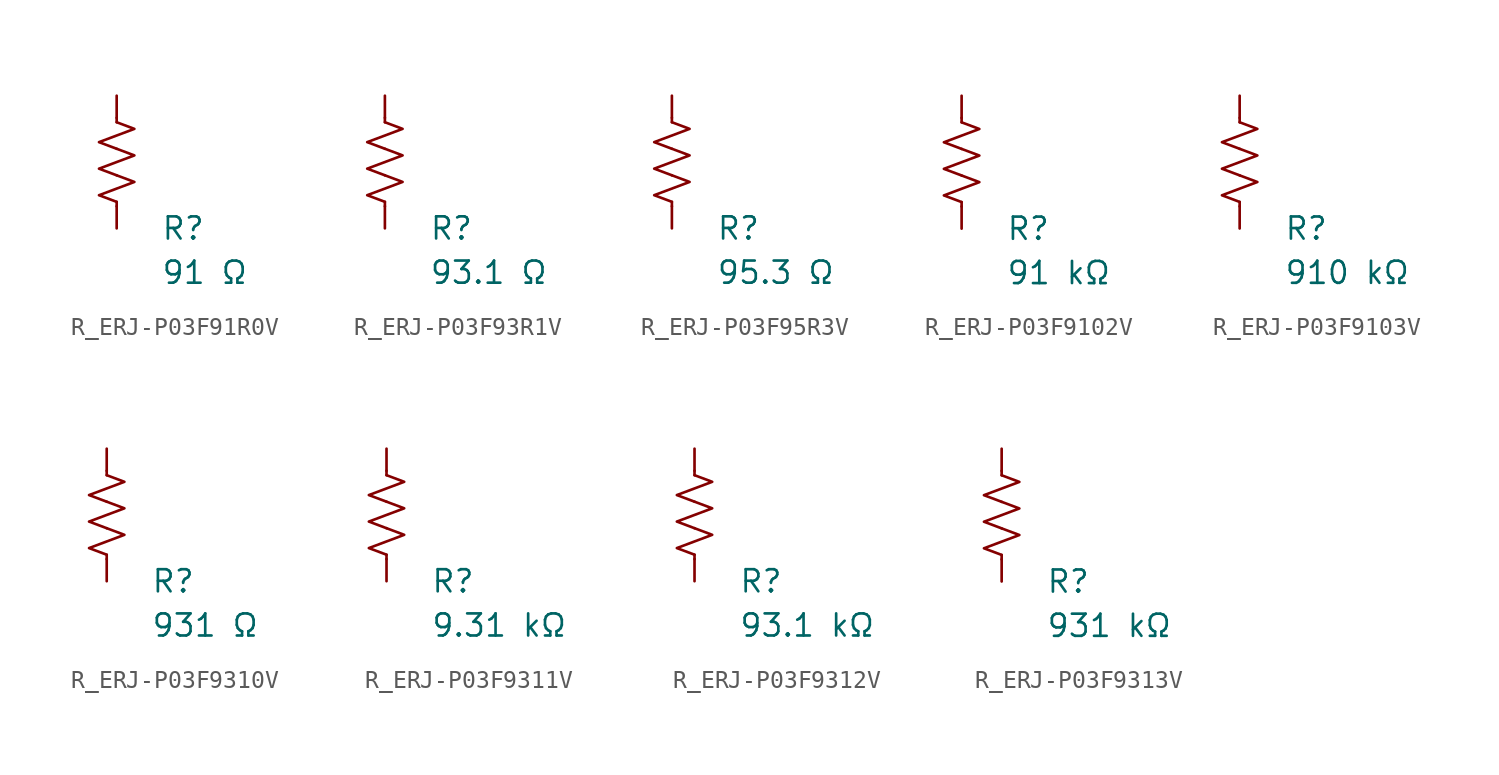
<source format=kicad_sym>
(kicad_symbol_lib
  (version 20231120)
  (generator "kicad_symbol_editor")
  (generator_version "8.0")
  (symbol "R_ERJ-P03F91R0V"
    (pin_numbers hide)
    (pin_names
      (offset 0))
    (property "Reference" "R"
      (at 2.54 -3.81 0)
      (effects (font (size 1.27 1.27)) (justify left))
      (show_name no))
    (property "Value" "91 Ω"
      (at 2.54 -6.35 0)
      (effects (font (size 1.27 1.27)) (justify left))
      (show_name no))
    (symbol "R_ERJ-P03F91R0V_0_1"
      (polyline (pts (xy 0 -2.286) (xy 0 -2.54)) (stroke (width 0) (type default)) (fill (type none)))
      (polyline (pts (xy 0 2.286) (xy 0 2.54)) (stroke (width 0) (type default)) (fill (type none)))
      (polyline (pts (xy 0 -0.762) (xy 1.016 -1.143) (xy 0 -1.524) (xy -1.016 -1.905) (xy 0 -2.286)) (stroke (width 0) (type default)) (fill (type none)))
      (polyline (pts (xy 0 0.762) (xy 1.016 0.381) (xy 0 0) (xy -1.016 -0.381) (xy 0 -0.762)) (stroke (width 0) (type default)) (fill (type none)))
      (polyline (pts (xy 0 2.286) (xy 1.016 1.905) (xy 0 1.524) (xy -1.016 1.143) (xy 0 0.762)) (stroke (width 0) (type default)) (fill (type none))))
    (symbol "R_ERJ-P03F91R0V_1_1"
      (pin passive line (at 0 3.81 270) (length 1.27) (name "~" (effects (font (size 1.27 1.27)))) (number "1" (effects (font (size 1.27 1.27)))))
      (pin passive line (at 0 -3.81 90) (length 1.27) (name "~" (effects (font (size 1.27 1.27)))) (number "2" (effects (font (size 1.27 1.27)))))))
  (symbol "R_ERJ-P03F93R1V"
    (pin_numbers hide)
    (pin_names
      (offset 0))
    (property "Reference" "R"
      (at 2.54 -3.81 0)
      (effects (font (size 1.27 1.27)) (justify left))
      (show_name no))
    (property "Value" "93.1 Ω"
      (at 2.54 -6.35 0)
      (effects (font (size 1.27 1.27)) (justify left))
      (show_name no))
    (symbol "R_ERJ-P03F93R1V_0_1"
      (polyline (pts (xy 0 -2.286) (xy 0 -2.54)) (stroke (width 0) (type default)) (fill (type none)))
      (polyline (pts (xy 0 2.286) (xy 0 2.54)) (stroke (width 0) (type default)) (fill (type none)))
      (polyline (pts (xy 0 -0.762) (xy 1.016 -1.143) (xy 0 -1.524) (xy -1.016 -1.905) (xy 0 -2.286)) (stroke (width 0) (type default)) (fill (type none)))
      (polyline (pts (xy 0 0.762) (xy 1.016 0.381) (xy 0 0) (xy -1.016 -0.381) (xy 0 -0.762)) (stroke (width 0) (type default)) (fill (type none)))
      (polyline (pts (xy 0 2.286) (xy 1.016 1.905) (xy 0 1.524) (xy -1.016 1.143) (xy 0 0.762)) (stroke (width 0) (type default)) (fill (type none))))
    (symbol "R_ERJ-P03F93R1V_1_1"
      (pin passive line (at 0 3.81 270) (length 1.27) (name "~" (effects (font (size 1.27 1.27)))) (number "1" (effects (font (size 1.27 1.27)))))
      (pin passive line (at 0 -3.81 90) (length 1.27) (name "~" (effects (font (size 1.27 1.27)))) (number "2" (effects (font (size 1.27 1.27)))))))
  (symbol "R_ERJ-P03F95R3V"
    (pin_numbers hide)
    (pin_names
      (offset 0))
    (property "Reference" "R"
      (at 2.54 -3.81 0)
      (effects (font (size 1.27 1.27)) (justify left))
      (show_name no))
    (property "Value" "95.3 Ω"
      (at 2.54 -6.35 0)
      (effects (font (size 1.27 1.27)) (justify left))
      (show_name no))
    (symbol "R_ERJ-P03F95R3V_0_1"
      (polyline (pts (xy 0 -2.286) (xy 0 -2.54)) (stroke (width 0) (type default)) (fill (type none)))
      (polyline (pts (xy 0 2.286) (xy 0 2.54)) (stroke (width 0) (type default)) (fill (type none)))
      (polyline (pts (xy 0 -0.762) (xy 1.016 -1.143) (xy 0 -1.524) (xy -1.016 -1.905) (xy 0 -2.286)) (stroke (width 0) (type default)) (fill (type none)))
      (polyline (pts (xy 0 0.762) (xy 1.016 0.381) (xy 0 0) (xy -1.016 -0.381) (xy 0 -0.762)) (stroke (width 0) (type default)) (fill (type none)))
      (polyline (pts (xy 0 2.286) (xy 1.016 1.905) (xy 0 1.524) (xy -1.016 1.143) (xy 0 0.762)) (stroke (width 0) (type default)) (fill (type none))))
    (symbol "R_ERJ-P03F95R3V_1_1"
      (pin passive line (at 0 3.81 270) (length 1.27) (name "~" (effects (font (size 1.27 1.27)))) (number "1" (effects (font (size 1.27 1.27)))))
      (pin passive line (at 0 -3.81 90) (length 1.27) (name "~" (effects (font (size 1.27 1.27)))) (number "2" (effects (font (size 1.27 1.27)))))))
  (symbol "R_ERJ-P03F9102V"
    (pin_numbers hide)
    (pin_names
      (offset 0))
    (property "Reference" "R"
      (at 2.54 -3.81 0)
      (effects (font (size 1.27 1.27)) (justify left))
      (show_name no))
    (property "Value" "91 kΩ"
      (at 2.54 -6.35 0)
      (effects (font (size 1.27 1.27)) (justify left))
      (show_name no))
    (symbol "R_ERJ-P03F9102V_0_1"
      (polyline (pts (xy 0 -2.286) (xy 0 -2.54)) (stroke (width 0) (type default)) (fill (type none)))
      (polyline (pts (xy 0 2.286) (xy 0 2.54)) (stroke (width 0) (type default)) (fill (type none)))
      (polyline (pts (xy 0 -0.762) (xy 1.016 -1.143) (xy 0 -1.524) (xy -1.016 -1.905) (xy 0 -2.286)) (stroke (width 0) (type default)) (fill (type none)))
      (polyline (pts (xy 0 0.762) (xy 1.016 0.381) (xy 0 0) (xy -1.016 -0.381) (xy 0 -0.762)) (stroke (width 0) (type default)) (fill (type none)))
      (polyline (pts (xy 0 2.286) (xy 1.016 1.905) (xy 0 1.524) (xy -1.016 1.143) (xy 0 0.762)) (stroke (width 0) (type default)) (fill (type none))))
    (symbol "R_ERJ-P03F9102V_1_1"
      (pin passive line (at 0 3.81 270) (length 1.27) (name "~" (effects (font (size 1.27 1.27)))) (number "1" (effects (font (size 1.27 1.27)))))
      (pin passive line (at 0 -3.81 90) (length 1.27) (name "~" (effects (font (size 1.27 1.27)))) (number "2" (effects (font (size 1.27 1.27)))))))
  (symbol "R_ERJ-P03F9103V"
    (pin_numbers hide)
    (pin_names
      (offset 0))
    (property "Reference" "R"
      (at 2.54 -3.81 0)
      (effects (font (size 1.27 1.27)) (justify left))
      (show_name no))
    (property "Value" "910 kΩ"
      (at 2.54 -6.35 0)
      (effects (font (size 1.27 1.27)) (justify left))
      (show_name no))
    (symbol "R_ERJ-P03F9103V_0_1"
      (polyline (pts (xy 0 -2.286) (xy 0 -2.54)) (stroke (width 0) (type default)) (fill (type none)))
      (polyline (pts (xy 0 2.286) (xy 0 2.54)) (stroke (width 0) (type default)) (fill (type none)))
      (polyline (pts (xy 0 -0.762) (xy 1.016 -1.143) (xy 0 -1.524) (xy -1.016 -1.905) (xy 0 -2.286)) (stroke (width 0) (type default)) (fill (type none)))
      (polyline (pts (xy 0 0.762) (xy 1.016 0.381) (xy 0 0) (xy -1.016 -0.381) (xy 0 -0.762)) (stroke (width 0) (type default)) (fill (type none)))
      (polyline (pts (xy 0 2.286) (xy 1.016 1.905) (xy 0 1.524) (xy -1.016 1.143) (xy 0 0.762)) (stroke (width 0) (type default)) (fill (type none))))
    (symbol "R_ERJ-P03F9103V_1_1"
      (pin passive line (at 0 3.81 270) (length 1.27) (name "~" (effects (font (size 1.27 1.27)))) (number "1" (effects (font (size 1.27 1.27)))))
      (pin passive line (at 0 -3.81 90) (length 1.27) (name "~" (effects (font (size 1.27 1.27)))) (number "2" (effects (font (size 1.27 1.27)))))))
  (symbol "R_ERJ-P03F9310V"
    (pin_numbers hide)
    (pin_names
      (offset 0))
    (property "Reference" "R"
      (at 2.54 -3.81 0)
      (effects (font (size 1.27 1.27)) (justify left))
      (show_name no))
    (property "Value" "931 Ω"
      (at 2.54 -6.35 0)
      (effects (font (size 1.27 1.27)) (justify left))
      (show_name no))
    (symbol "R_ERJ-P03F9310V_0_1"
      (polyline (pts (xy 0 -2.286) (xy 0 -2.54)) (stroke (width 0) (type default)) (fill (type none)))
      (polyline (pts (xy 0 2.286) (xy 0 2.54)) (stroke (width 0) (type default)) (fill (type none)))
      (polyline (pts (xy 0 -0.762) (xy 1.016 -1.143) (xy 0 -1.524) (xy -1.016 -1.905) (xy 0 -2.286)) (stroke (width 0) (type default)) (fill (type none)))
      (polyline (pts (xy 0 0.762) (xy 1.016 0.381) (xy 0 0) (xy -1.016 -0.381) (xy 0 -0.762)) (stroke (width 0) (type default)) (fill (type none)))
      (polyline (pts (xy 0 2.286) (xy 1.016 1.905) (xy 0 1.524) (xy -1.016 1.143) (xy 0 0.762)) (stroke (width 0) (type default)) (fill (type none))))
    (symbol "R_ERJ-P03F9310V_1_1"
      (pin passive line (at 0 3.81 270) (length 1.27) (name "~" (effects (font (size 1.27 1.27)))) (number "1" (effects (font (size 1.27 1.27)))))
      (pin passive line (at 0 -3.81 90) (length 1.27) (name "~" (effects (font (size 1.27 1.27)))) (number "2" (effects (font (size 1.27 1.27)))))))
  (symbol "R_ERJ-P03F9311V"
    (pin_numbers hide)
    (pin_names
      (offset 0))
    (property "Reference" "R"
      (at 2.54 -3.81 0)
      (effects (font (size 1.27 1.27)) (justify left))
      (show_name no))
    (property "Value" "9.31 kΩ"
      (at 2.54 -6.35 0)
      (effects (font (size 1.27 1.27)) (justify left))
      (show_name no))
    (symbol "R_ERJ-P03F9311V_0_1"
      (polyline (pts (xy 0 -2.286) (xy 0 -2.54)) (stroke (width 0) (type default)) (fill (type none)))
      (polyline (pts (xy 0 2.286) (xy 0 2.54)) (stroke (width 0) (type default)) (fill (type none)))
      (polyline (pts (xy 0 -0.762) (xy 1.016 -1.143) (xy 0 -1.524) (xy -1.016 -1.905) (xy 0 -2.286)) (stroke (width 0) (type default)) (fill (type none)))
      (polyline (pts (xy 0 0.762) (xy 1.016 0.381) (xy 0 0) (xy -1.016 -0.381) (xy 0 -0.762)) (stroke (width 0) (type default)) (fill (type none)))
      (polyline (pts (xy 0 2.286) (xy 1.016 1.905) (xy 0 1.524) (xy -1.016 1.143) (xy 0 0.762)) (stroke (width 0) (type default)) (fill (type none))))
    (symbol "R_ERJ-P03F9311V_1_1"
      (pin passive line (at 0 3.81 270) (length 1.27) (name "~" (effects (font (size 1.27 1.27)))) (number "1" (effects (font (size 1.27 1.27)))))
      (pin passive line (at 0 -3.81 90) (length 1.27) (name "~" (effects (font (size 1.27 1.27)))) (number "2" (effects (font (size 1.27 1.27)))))))
  (symbol "R_ERJ-P03F9312V"
    (pin_numbers hide)
    (pin_names
      (offset 0))
    (property "Reference" "R"
      (at 2.54 -3.81 0)
      (effects (font (size 1.27 1.27)) (justify left))
      (show_name no))
    (property "Value" "93.1 kΩ"
      (at 2.54 -6.35 0)
      (effects (font (size 1.27 1.27)) (justify left))
      (show_name no))
    (symbol "R_ERJ-P03F9312V_0_1"
      (polyline (pts (xy 0 -2.286) (xy 0 -2.54)) (stroke (width 0) (type default)) (fill (type none)))
      (polyline (pts (xy 0 2.286) (xy 0 2.54)) (stroke (width 0) (type default)) (fill (type none)))
      (polyline (pts (xy 0 -0.762) (xy 1.016 -1.143) (xy 0 -1.524) (xy -1.016 -1.905) (xy 0 -2.286)) (stroke (width 0) (type default)) (fill (type none)))
      (polyline (pts (xy 0 0.762) (xy 1.016 0.381) (xy 0 0) (xy -1.016 -0.381) (xy 0 -0.762)) (stroke (width 0) (type default)) (fill (type none)))
      (polyline (pts (xy 0 2.286) (xy 1.016 1.905) (xy 0 1.524) (xy -1.016 1.143) (xy 0 0.762)) (stroke (width 0) (type default)) (fill (type none))))
    (symbol "R_ERJ-P03F9312V_1_1"
      (pin passive line (at 0 3.81 270) (length 1.27) (name "~" (effects (font (size 1.27 1.27)))) (number "1" (effects (font (size 1.27 1.27)))))
      (pin passive line (at 0 -3.81 90) (length 1.27) (name "~" (effects (font (size 1.27 1.27)))) (number "2" (effects (font (size 1.27 1.27)))))))
  (symbol "R_ERJ-P03F9313V"
    (pin_numbers hide)
    (pin_names
      (offset 0))
    (property "Reference" "R"
      (at 2.54 -3.81 0)
      (effects (font (size 1.27 1.27)) (justify left))
      (show_name no))
    (property "Value" "931 kΩ"
      (at 2.54 -6.35 0)
      (effects (font (size 1.27 1.27)) (justify left))
      (show_name no))
    (symbol "R_ERJ-P03F9313V_0_1"
      (polyline (pts (xy 0 -2.286) (xy 0 -2.54)) (stroke (width 0) (type default)) (fill (type none)))
      (polyline (pts (xy 0 2.286) (xy 0 2.54)) (stroke (width 0) (type default)) (fill (type none)))
      (polyline (pts (xy 0 -0.762) (xy 1.016 -1.143) (xy 0 -1.524) (xy -1.016 -1.905) (xy 0 -2.286)) (stroke (width 0) (type default)) (fill (type none)))
      (polyline (pts (xy 0 0.762) (xy 1.016 0.381) (xy 0 0) (xy -1.016 -0.381) (xy 0 -0.762)) (stroke (width 0) (type default)) (fill (type none)))
      (polyline (pts (xy 0 2.286) (xy 1.016 1.905) (xy 0 1.524) (xy -1.016 1.143) (xy 0 0.762)) (stroke (width 0) (type default)) (fill (type none))))
    (symbol "R_ERJ-P03F9313V_1_1"
      (pin passive line (at 0 3.81 270) (length 1.27) (name "~" (effects (font (size 1.27 1.27)))) (number "1" (effects (font (size 1.27 1.27)))))
      (pin passive line (at 0 -3.81 90) (length 1.27) (name "~" (effects (font (size 1.27 1.27)))) (number "2" (effects (font (size 1.27 1.27))))))))
</source>
